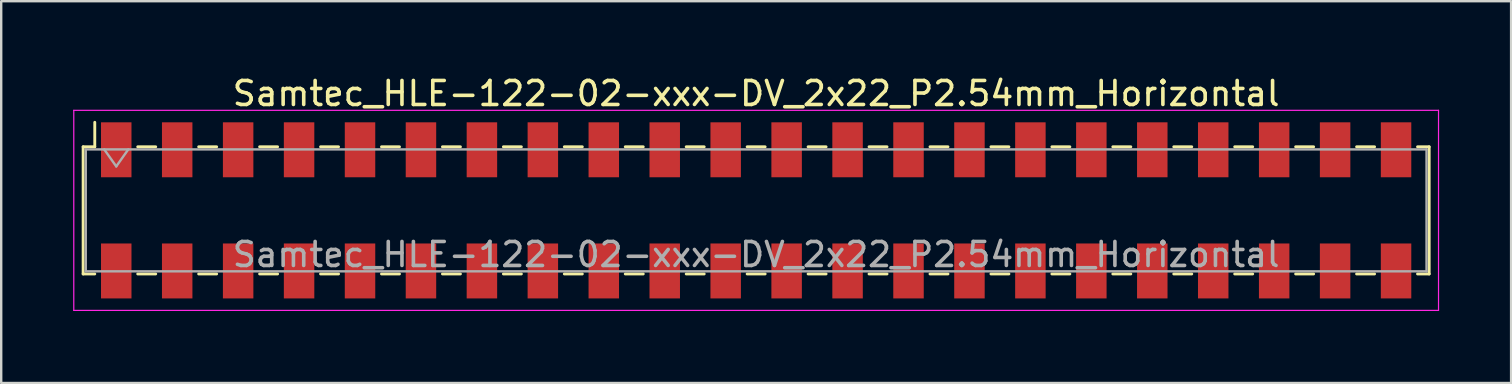
<source format=kicad_pcb>
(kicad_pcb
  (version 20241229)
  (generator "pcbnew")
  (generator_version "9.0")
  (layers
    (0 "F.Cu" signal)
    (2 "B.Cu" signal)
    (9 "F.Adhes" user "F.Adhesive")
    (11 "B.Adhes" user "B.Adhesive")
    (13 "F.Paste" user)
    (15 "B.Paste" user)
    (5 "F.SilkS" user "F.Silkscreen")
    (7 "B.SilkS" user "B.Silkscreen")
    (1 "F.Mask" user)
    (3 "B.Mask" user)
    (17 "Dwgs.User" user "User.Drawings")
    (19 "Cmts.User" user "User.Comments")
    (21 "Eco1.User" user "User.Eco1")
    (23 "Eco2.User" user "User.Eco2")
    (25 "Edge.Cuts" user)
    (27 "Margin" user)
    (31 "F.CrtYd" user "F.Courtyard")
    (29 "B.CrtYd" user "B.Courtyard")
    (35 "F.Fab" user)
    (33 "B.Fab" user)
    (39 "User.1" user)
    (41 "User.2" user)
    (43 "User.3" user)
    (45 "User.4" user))
  (footprint "Samtec_HLE-122-02-xxx-DV_2x22_P2.54mm_Horizontal"
    (layer "F.Cu")
    (at 28.465 5.718)
    (property "Reference" "Samtec_HLE-122-02-xxx-DV_2x22_P2.54mm_Horizontal" (at 0 -4.87 0) (layer "F.SilkS") (effects (font (size 1 1) (thickness 0.15))))
    (attr smd)
    (fp_line (start -28.05 -2.65) (end -28.05 2.65) (stroke (width 0.12) (type solid)) (layer "F.SilkS"))
    (fp_line (start -28.05 2.65) (end -27.565 2.65) (stroke (width 0.12) (type solid)) (layer "F.SilkS"))
    (fp_line (start -27.565 -3.67) (end -27.565 -2.65) (stroke (width 0.12) (type solid)) (layer "F.SilkS"))
    (fp_line (start -27.565 -2.65) (end -28.05 -2.65) (stroke (width 0.12) (type solid)) (layer "F.SilkS"))
    (fp_line (start -25.775 -2.65) (end -25.025 -2.65) (stroke (width 0.12) (type solid)) (layer "F.SilkS"))
    (fp_line (start -25.775 2.65) (end -25.025 2.65) (stroke (width 0.12) (type solid)) (layer "F.SilkS"))
    (fp_line (start -23.235 -2.65) (end -22.485 -2.65) (stroke (width 0.12) (type solid)) (layer "F.SilkS"))
    (fp_line (start -23.235 2.65) (end -22.485 2.65) (stroke (width 0.12) (type solid)) (layer "F.SilkS"))
    (fp_line (start -20.695 -2.65) (end -19.945 -2.65) (stroke (width 0.12) (type solid)) (layer "F.SilkS"))
    (fp_line (start -20.695 2.65) (end -19.945 2.65) (stroke (width 0.12) (type solid)) (layer "F.SilkS"))
    (fp_line (start -18.155 -2.65) (end -17.405 -2.65) (stroke (width 0.12) (type solid)) (layer "F.SilkS"))
    (fp_line (start -18.155 2.65) (end -17.405 2.65) (stroke (width 0.12) (type solid)) (layer "F.SilkS"))
    (fp_line (start -15.615 -2.65) (end -14.865 -2.65) (stroke (width 0.12) (type solid)) (layer "F.SilkS"))
    (fp_line (start -15.615 2.65) (end -14.865 2.65) (stroke (width 0.12) (type solid)) (layer "F.SilkS"))
    (fp_line (start -13.075 -2.65) (end -12.325 -2.65) (stroke (width 0.12) (type solid)) (layer "F.SilkS"))
    (fp_line (start -13.075 2.65) (end -12.325 2.65) (stroke (width 0.12) (type solid)) (layer "F.SilkS"))
    (fp_line (start -10.535 -2.65) (end -9.785 -2.65) (stroke (width 0.12) (type solid)) (layer "F.SilkS"))
    (fp_line (start -10.535 2.65) (end -9.785 2.65) (stroke (width 0.12) (type solid)) (layer "F.SilkS"))
    (fp_line (start -7.995 -2.65) (end -7.245 -2.65) (stroke (width 0.12) (type solid)) (layer "F.SilkS"))
    (fp_line (start -7.995 2.65) (end -7.245 2.65) (stroke (width 0.12) (type solid)) (layer "F.SilkS"))
    (fp_line (start -5.455 -2.65) (end -4.705 -2.65) (stroke (width 0.12) (type solid)) (layer "F.SilkS"))
    (fp_line (start -5.455 2.65) (end -4.705 2.65) (stroke (width 0.12) (type solid)) (layer "F.SilkS"))
    (fp_line (start -2.915 -2.65) (end -2.165 -2.65) (stroke (width 0.12) (type solid)) (layer "F.SilkS"))
    (fp_line (start -2.915 2.65) (end -2.165 2.65) (stroke (width 0.12) (type solid)) (layer "F.SilkS"))
    (fp_line (start -0.375 -2.65) (end 0.375 -2.65) (stroke (width 0.12) (type solid)) (layer "F.SilkS"))
    (fp_line (start -0.375 2.65) (end 0.375 2.65) (stroke (width 0.12) (type solid)) (layer "F.SilkS"))
    (fp_line (start 2.165 -2.65) (end 2.915 -2.65) (stroke (width 0.12) (type solid)) (layer "F.SilkS"))
    (fp_line (start 2.165 2.65) (end 2.915 2.65) (stroke (width 0.12) (type solid)) (layer "F.SilkS"))
    (fp_line (start 4.705 -2.65) (end 5.455 -2.65) (stroke (width 0.12) (type solid)) (layer "F.SilkS"))
    (fp_line (start 4.705 2.65) (end 5.455 2.65) (stroke (width 0.12) (type solid)) (layer "F.SilkS"))
    (fp_line (start 7.245 -2.65) (end 7.995 -2.65) (stroke (width 0.12) (type solid)) (layer "F.SilkS"))
    (fp_line (start 7.245 2.65) (end 7.995 2.65) (stroke (width 0.12) (type solid)) (layer "F.SilkS"))
    (fp_line (start 9.785 -2.65) (end 10.535 -2.65) (stroke (width 0.12) (type solid)) (layer "F.SilkS"))
    (fp_line (start 9.785 2.65) (end 10.535 2.65) (stroke (width 0.12) (type solid)) (layer "F.SilkS"))
    (fp_line (start 12.325 -2.65) (end 13.075 -2.65) (stroke (width 0.12) (type solid)) (layer "F.SilkS"))
    (fp_line (start 12.325 2.65) (end 13.075 2.65) (stroke (width 0.12) (type solid)) (layer "F.SilkS"))
    (fp_line (start 14.865 -2.65) (end 15.615 -2.65) (stroke (width 0.12) (type solid)) (layer "F.SilkS"))
    (fp_line (start 14.865 2.65) (end 15.615 2.65) (stroke (width 0.12) (type solid)) (layer "F.SilkS"))
    (fp_line (start 17.405 -2.65) (end 18.155 -2.65) (stroke (width 0.12) (type solid)) (layer "F.SilkS"))
    (fp_line (start 17.405 2.65) (end 18.155 2.65) (stroke (width 0.12) (type solid)) (layer "F.SilkS"))
    (fp_line (start 19.945 -2.65) (end 20.695 -2.65) (stroke (width 0.12) (type solid)) (layer "F.SilkS"))
    (fp_line (start 19.945 2.65) (end 20.695 2.65) (stroke (width 0.12) (type solid)) (layer "F.SilkS"))
    (fp_line (start 22.485 -2.65) (end 23.235 -2.65) (stroke (width 0.12) (type solid)) (layer "F.SilkS"))
    (fp_line (start 22.485 2.65) (end 23.235 2.65) (stroke (width 0.12) (type solid)) (layer "F.SilkS"))
    (fp_line (start 25.025 -2.65) (end 25.775 -2.65) (stroke (width 0.12) (type solid)) (layer "F.SilkS"))
    (fp_line (start 25.025 2.65) (end 25.775 2.65) (stroke (width 0.12) (type solid)) (layer "F.SilkS"))
    (fp_line (start 27.565 -2.65) (end 28.05 -2.65) (stroke (width 0.12) (type solid)) (layer "F.SilkS"))
    (fp_line (start 28.05 -2.65) (end 28.05 2.65) (stroke (width 0.12) (type solid)) (layer "F.SilkS"))
    (fp_line (start 28.05 2.65) (end 27.565 2.65) (stroke (width 0.12) (type solid)) (layer "F.SilkS"))
    (fp_line (start -28.44 -4.17) (end 28.44 -4.17) (stroke (width 0.05) (type solid)) (layer "F.CrtYd"))
    (fp_line (start -28.44 4.17) (end -28.44 -4.17) (stroke (width 0.05) (type solid)) (layer "F.CrtYd"))
    (fp_line (start 28.44 -4.17) (end 28.44 4.17) (stroke (width 0.05) (type solid)) (layer "F.CrtYd"))
    (fp_line (start 28.44 4.17) (end -28.44 4.17) (stroke (width 0.05) (type solid)) (layer "F.CrtYd"))
    (fp_line (start -27.94 -2.54) (end 27.94 -2.54) (stroke (width 0.1) (type solid)) (layer "F.Fab"))
    (fp_line (start -27.94 2.54) (end -27.94 -2.54) (stroke (width 0.1) (type solid)) (layer "F.Fab"))
    (fp_line (start -27.17 -2.54) (end -26.67 -1.833) (stroke (width 0.1) (type solid)) (layer "F.Fab"))
    (fp_line (start -26.67 -1.833) (end -26.17 -2.54) (stroke (width 0.1) (type solid)) (layer "F.Fab"))
    (fp_line (start 27.94 -2.54) (end 27.94 2.54) (stroke (width 0.1) (type solid)) (layer "F.Fab"))
    (fp_line (start 27.94 2.54) (end -27.94 2.54) (stroke (width 0.1) (type solid)) (layer "F.Fab"))
    (fp_text user "${REFERENCE}" (at 0 1.84 0) (layer "F.Fab") (effects (font (size 1 1) (thickness 0.15))))
    (pad "1" smd rect (at -26.67 -2.525) (size 1.27 2.29) (layers "F.Cu" "F.Mask" "F.Paste"))
    (pad "2" smd rect (at -26.67 2.525) (size 1.27 2.29) (layers "F.Cu" "F.Mask" "F.Paste"))
    (pad "3" smd rect (at -24.13 -2.525) (size 1.27 2.29) (layers "F.Cu" "F.Mask" "F.Paste"))
    (pad "4" smd rect (at -24.13 2.525) (size 1.27 2.29) (layers "F.Cu" "F.Mask" "F.Paste"))
    (pad "5" smd rect (at -21.59 -2.525) (size 1.27 2.29) (layers "F.Cu" "F.Mask" "F.Paste"))
    (pad "6" smd rect (at -21.59 2.525) (size 1.27 2.29) (layers "F.Cu" "F.Mask" "F.Paste"))
    (pad "7" smd rect (at -19.05 -2.525) (size 1.27 2.29) (layers "F.Cu" "F.Mask" "F.Paste"))
    (pad "8" smd rect (at -19.05 2.525) (size 1.27 2.29) (layers "F.Cu" "F.Mask" "F.Paste"))
    (pad "9" smd rect (at -16.51 -2.525) (size 1.27 2.29) (layers "F.Cu" "F.Mask" "F.Paste"))
    (pad "10" smd rect (at -16.51 2.525) (size 1.27 2.29) (layers "F.Cu" "F.Mask" "F.Paste"))
    (pad "11" smd rect (at -13.97 -2.525) (size 1.27 2.29) (layers "F.Cu" "F.Mask" "F.Paste"))
    (pad "12" smd rect (at -13.97 2.525) (size 1.27 2.29) (layers "F.Cu" "F.Mask" "F.Paste"))
    (pad "13" smd rect (at -11.43 -2.525) (size 1.27 2.29) (layers "F.Cu" "F.Mask" "F.Paste"))
    (pad "14" smd rect (at -11.43 2.525) (size 1.27 2.29) (layers "F.Cu" "F.Mask" "F.Paste"))
    (pad "15" smd rect (at -8.89 -2.525) (size 1.27 2.29) (layers "F.Cu" "F.Mask" "F.Paste"))
    (pad "16" smd rect (at -8.89 2.525) (size 1.27 2.29) (layers "F.Cu" "F.Mask" "F.Paste"))
    (pad "17" smd rect (at -6.35 -2.525) (size 1.27 2.29) (layers "F.Cu" "F.Mask" "F.Paste"))
    (pad "18" smd rect (at -6.35 2.525) (size 1.27 2.29) (layers "F.Cu" "F.Mask" "F.Paste"))
    (pad "19" smd rect (at -3.81 -2.525) (size 1.27 2.29) (layers "F.Cu" "F.Mask" "F.Paste"))
    (pad "20" smd rect (at -3.81 2.525) (size 1.27 2.29) (layers "F.Cu" "F.Mask" "F.Paste"))
    (pad "21" smd rect (at -1.27 -2.525) (size 1.27 2.29) (layers "F.Cu" "F.Mask" "F.Paste"))
    (pad "22" smd rect (at -1.27 2.525) (size 1.27 2.29) (layers "F.Cu" "F.Mask" "F.Paste"))
    (pad "23" smd rect (at 1.27 -2.525) (size 1.27 2.29) (layers "F.Cu" "F.Mask" "F.Paste"))
    (pad "24" smd rect (at 1.27 2.525) (size 1.27 2.29) (layers "F.Cu" "F.Mask" "F.Paste"))
    (pad "25" smd rect (at 3.81 -2.525) (size 1.27 2.29) (layers "F.Cu" "F.Mask" "F.Paste"))
    (pad "26" smd rect (at 3.81 2.525) (size 1.27 2.29) (layers "F.Cu" "F.Mask" "F.Paste"))
    (pad "27" smd rect (at 6.35 -2.525) (size 1.27 2.29) (layers "F.Cu" "F.Mask" "F.Paste"))
    (pad "28" smd rect (at 6.35 2.525) (size 1.27 2.29) (layers "F.Cu" "F.Mask" "F.Paste"))
    (pad "29" smd rect (at 8.89 -2.525) (size 1.27 2.29) (layers "F.Cu" "F.Mask" "F.Paste"))
    (pad "30" smd rect (at 8.89 2.525) (size 1.27 2.29) (layers "F.Cu" "F.Mask" "F.Paste"))
    (pad "31" smd rect (at 11.43 -2.525) (size 1.27 2.29) (layers "F.Cu" "F.Mask" "F.Paste"))
    (pad "32" smd rect (at 11.43 2.525) (size 1.27 2.29) (layers "F.Cu" "F.Mask" "F.Paste"))
    (pad "33" smd rect (at 13.97 -2.525) (size 1.27 2.29) (layers "F.Cu" "F.Mask" "F.Paste"))
    (pad "34" smd rect (at 13.97 2.525) (size 1.27 2.29) (layers "F.Cu" "F.Mask" "F.Paste"))
    (pad "35" smd rect (at 16.51 -2.525) (size 1.27 2.29) (layers "F.Cu" "F.Mask" "F.Paste"))
    (pad "36" smd rect (at 16.51 2.525) (size 1.27 2.29) (layers "F.Cu" "F.Mask" "F.Paste"))
    (pad "37" smd rect (at 19.05 -2.525) (size 1.27 2.29) (layers "F.Cu" "F.Mask" "F.Paste"))
    (pad "38" smd rect (at 19.05 2.525) (size 1.27 2.29) (layers "F.Cu" "F.Mask" "F.Paste"))
    (pad "39" smd rect (at 21.59 -2.525) (size 1.27 2.29) (layers "F.Cu" "F.Mask" "F.Paste"))
    (pad "40" smd rect (at 21.59 2.525) (size 1.27 2.29) (layers "F.Cu" "F.Mask" "F.Paste"))
    (pad "41" smd rect (at 24.13 -2.525) (size 1.27 2.29) (layers "F.Cu" "F.Mask" "F.Paste"))
    (pad "42" smd rect (at 24.13 2.525) (size 1.27 2.29) (layers "F.Cu" "F.Mask" "F.Paste"))
    (pad "43" smd rect (at 26.67 -2.525) (size 1.27 2.29) (layers "F.Cu" "F.Mask" "F.Paste"))
    (pad "44" smd rect (at 26.67 2.525) (size 1.27 2.29) (layers "F.Cu" "F.Mask" "F.Paste")))
  (gr_rect
    (start -3 -3)
    (end 59.93 12.913)
    (stroke (width 0.1) (type default))
    (fill no)
    (layer "Edge.Cuts")))
</source>
